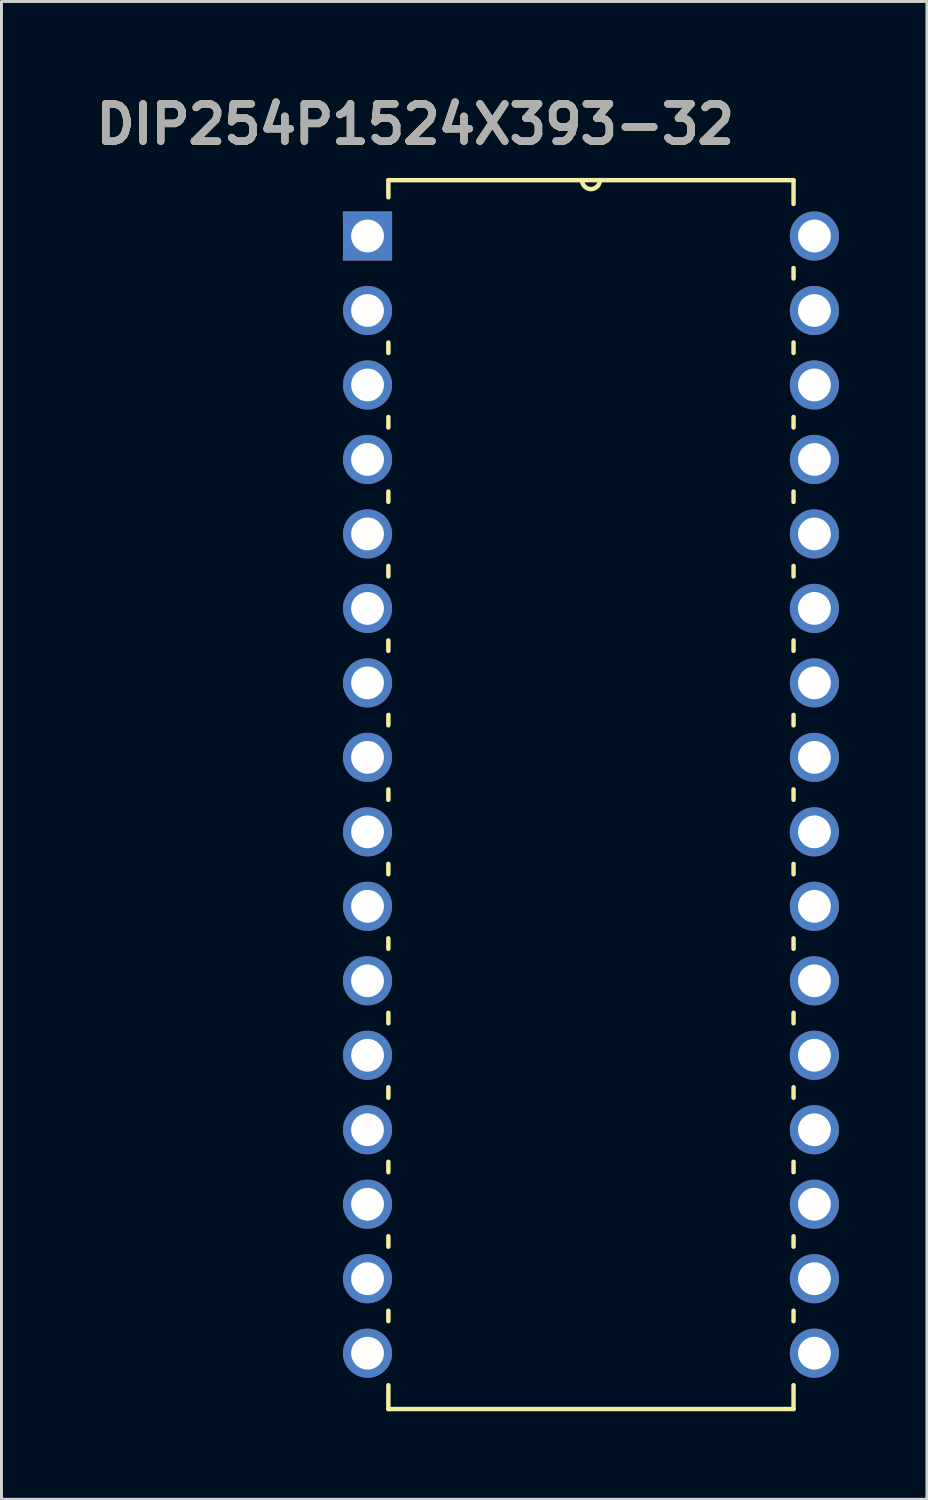
<source format=kicad_pcb>
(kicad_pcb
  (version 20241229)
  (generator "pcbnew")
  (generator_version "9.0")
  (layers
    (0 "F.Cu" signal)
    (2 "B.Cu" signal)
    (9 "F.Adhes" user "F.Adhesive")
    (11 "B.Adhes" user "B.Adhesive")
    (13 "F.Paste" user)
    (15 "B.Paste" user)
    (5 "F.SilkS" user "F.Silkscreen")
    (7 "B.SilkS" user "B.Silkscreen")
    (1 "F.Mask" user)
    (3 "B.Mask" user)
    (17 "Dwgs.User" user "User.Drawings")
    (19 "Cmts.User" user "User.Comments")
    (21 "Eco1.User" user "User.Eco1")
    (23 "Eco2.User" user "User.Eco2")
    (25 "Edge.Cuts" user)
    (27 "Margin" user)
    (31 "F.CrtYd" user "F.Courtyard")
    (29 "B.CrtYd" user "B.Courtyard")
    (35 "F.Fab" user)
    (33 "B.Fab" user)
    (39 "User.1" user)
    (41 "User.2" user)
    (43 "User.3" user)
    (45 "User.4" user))
  (footprint "DIP254P1524X393-32"
    (layer "F.Cu")
    (at 24.724 43.099)
    (property "Reference" "DIP254P1524X393-32" (at -13.614 -41.91 0) (layer "F.SilkS") (effects (font (size 1.27 1.27) (thickness 0.254))))
    (attr through_hole)
    (fp_line (start -14.529 -40.005) (end -14.529 -39.421) (stroke (width 0.152) (type solid)) (layer "F.SilkS"))
    (fp_line (start -14.529 -34.468) (end -14.529 -34.112) (stroke (width 0.152) (type solid)) (layer "F.SilkS"))
    (fp_line (start -14.529 -31.928) (end -14.529 -31.572) (stroke (width 0.152) (type solid)) (layer "F.SilkS"))
    (fp_line (start -14.529 -29.388) (end -14.529 -29.032) (stroke (width 0.152) (type solid)) (layer "F.SilkS"))
    (fp_line (start -14.529 -26.848) (end -14.529 -26.492) (stroke (width 0.152) (type solid)) (layer "F.SilkS"))
    (fp_line (start -14.529 -24.308) (end -14.529 -23.952) (stroke (width 0.152) (type solid)) (layer "F.SilkS"))
    (fp_line (start -14.529 -21.768) (end -14.529 -21.412) (stroke (width 0.152) (type solid)) (layer "F.SilkS"))
    (fp_line (start -14.529 -19.228) (end -14.529 -18.872) (stroke (width 0.152) (type solid)) (layer "F.SilkS"))
    (fp_line (start -14.529 -16.688) (end -14.529 -16.332) (stroke (width 0.152) (type solid)) (layer "F.SilkS"))
    (fp_line (start -14.529 -14.148) (end -14.529 -13.792) (stroke (width 0.152) (type solid)) (layer "F.SilkS"))
    (fp_line (start -14.529 -11.608) (end -14.529 -11.252) (stroke (width 0.152) (type solid)) (layer "F.SilkS"))
    (fp_line (start -14.529 -9.068) (end -14.529 -8.712) (stroke (width 0.152) (type solid)) (layer "F.SilkS"))
    (fp_line (start -14.529 -6.528) (end -14.529 -6.172) (stroke (width 0.152) (type solid)) (layer "F.SilkS"))
    (fp_line (start -14.529 -3.988) (end -14.529 -3.632) (stroke (width 0.152) (type solid)) (layer "F.SilkS"))
    (fp_line (start -14.529 -1.448) (end -14.529 -1.092) (stroke (width 0.152) (type solid)) (layer "F.SilkS"))
    (fp_line (start -14.529 1.092) (end -14.529 1.905) (stroke (width 0.152) (type solid)) (layer "F.SilkS"))
    (fp_line (start -14.529 1.905) (end -0.711 1.905) (stroke (width 0.152) (type solid)) (layer "F.SilkS"))
    (fp_line (start -7.925 -40.005) (end -14.529 -40.005) (stroke (width 0.152) (type solid)) (layer "F.SilkS"))
    (fp_line (start -7.315 -40.005) (end -7.925 -40.005) (stroke (width 0.152) (type solid)) (layer "F.SilkS"))
    (fp_line (start -0.711 -40.005) (end -7.315 -40.005) (stroke (width 0.152) (type solid)) (layer "F.SilkS"))
    (fp_line (start -0.711 -39.192) (end -0.711 -40.005) (stroke (width 0.152) (type solid)) (layer "F.SilkS"))
    (fp_line (start -0.711 -36.652) (end -0.711 -37.008) (stroke (width 0.152) (type solid)) (layer "F.SilkS"))
    (fp_line (start -0.711 -34.112) (end -0.711 -34.468) (stroke (width 0.152) (type solid)) (layer "F.SilkS"))
    (fp_line (start -0.711 -31.572) (end -0.711 -31.928) (stroke (width 0.152) (type solid)) (layer "F.SilkS"))
    (fp_line (start -0.711 -29.032) (end -0.711 -29.388) (stroke (width 0.152) (type solid)) (layer "F.SilkS"))
    (fp_line (start -0.711 -26.492) (end -0.711 -26.848) (stroke (width 0.152) (type solid)) (layer "F.SilkS"))
    (fp_line (start -0.711 -23.952) (end -0.711 -24.308) (stroke (width 0.152) (type solid)) (layer "F.SilkS"))
    (fp_line (start -0.711 -21.412) (end -0.711 -21.768) (stroke (width 0.152) (type solid)) (layer "F.SilkS"))
    (fp_line (start -0.711 -18.872) (end -0.711 -19.228) (stroke (width 0.152) (type solid)) (layer "F.SilkS"))
    (fp_line (start -0.711 -16.332) (end -0.711 -16.688) (stroke (width 0.152) (type solid)) (layer "F.SilkS"))
    (fp_line (start -0.711 -13.792) (end -0.711 -14.148) (stroke (width 0.152) (type solid)) (layer "F.SilkS"))
    (fp_line (start -0.711 -11.252) (end -0.711 -11.608) (stroke (width 0.152) (type solid)) (layer "F.SilkS"))
    (fp_line (start -0.711 -8.712) (end -0.711 -9.068) (stroke (width 0.152) (type solid)) (layer "F.SilkS"))
    (fp_line (start -0.711 -6.172) (end -0.711 -6.528) (stroke (width 0.152) (type solid)) (layer "F.SilkS"))
    (fp_line (start -0.711 -3.632) (end -0.711 -3.988) (stroke (width 0.152) (type solid)) (layer "F.SilkS"))
    (fp_line (start -0.711 -1.092) (end -0.711 -1.448) (stroke (width 0.152) (type solid)) (layer "F.SilkS"))
    (fp_line (start -0.711 1.905) (end -0.711 1.092) (stroke (width 0.152) (type solid)) (layer "F.SilkS"))
    (fp_arc (start -7.3152 -40.005) (mid -7.62 -39.7002) (end -7.9248 -40.005) (stroke (width 0.1524) (type solid)) (layer "F.SilkS"))
    (fp_text user "${REFERENCE}" (at -13.614 -41.91 0) (layer "F.Fab") (effects (font (size 1.27 1.27) (thickness 0.254))))
    (pad "1" thru_hole rect (at -15.24 -38.1) (size 1.676 1.676) (drill 1.118) (layers "*.Cu" "*.Mask"))
    (pad "2" thru_hole circle (at -15.24 -35.56) (size 1.676 1.676) (drill 1.118) (layers "*.Cu" "*.Mask"))
    (pad "3" thru_hole circle (at -15.24 -33.02) (size 1.676 1.676) (drill 1.118) (layers "*.Cu" "*.Mask"))
    (pad "4" thru_hole circle (at -15.24 -30.48) (size 1.676 1.676) (drill 1.118) (layers "*.Cu" "*.Mask"))
    (pad "5" thru_hole circle (at -15.24 -27.94) (size 1.676 1.676) (drill 1.118) (layers "*.Cu" "*.Mask"))
    (pad "6" thru_hole circle (at -15.24 -25.4) (size 1.676 1.676) (drill 1.118) (layers "*.Cu" "*.Mask"))
    (pad "7" thru_hole circle (at -15.24 -22.86) (size 1.676 1.676) (drill 1.118) (layers "*.Cu" "*.Mask"))
    (pad "8" thru_hole circle (at -15.24 -20.32) (size 1.676 1.676) (drill 1.118) (layers "*.Cu" "*.Mask"))
    (pad "9" thru_hole circle (at -15.24 -17.78) (size 1.676 1.676) (drill 1.118) (layers "*.Cu" "*.Mask"))
    (pad "10" thru_hole circle (at -15.24 -15.24) (size 1.676 1.676) (drill 1.118) (layers "*.Cu" "*.Mask"))
    (pad "11" thru_hole circle (at -15.24 -12.7) (size 1.676 1.676) (drill 1.118) (layers "*.Cu" "*.Mask"))
    (pad "12" thru_hole circle (at -15.24 -10.16) (size 1.676 1.676) (drill 1.118) (layers "*.Cu" "*.Mask"))
    (pad "13" thru_hole circle (at -15.24 -7.62) (size 1.676 1.676) (drill 1.118) (layers "*.Cu" "*.Mask"))
    (pad "14" thru_hole circle (at -15.24 -5.08) (size 1.676 1.676) (drill 1.118) (layers "*.Cu" "*.Mask"))
    (pad "15" thru_hole circle (at -15.24 -2.54) (size 1.676 1.676) (drill 1.118) (layers "*.Cu" "*.Mask"))
    (pad "16" thru_hole circle (at -15.24 0) (size 1.676 1.676) (drill 1.118) (layers "*.Cu" "*.Mask"))
    (pad "17" thru_hole circle (at 0 0) (size 1.676 1.676) (drill 1.118) (layers "*.Cu" "*.Mask"))
    (pad "18" thru_hole circle (at 0 -2.54) (size 1.676 1.676) (drill 1.118) (layers "*.Cu" "*.Mask"))
    (pad "19" thru_hole circle (at 0 -5.08) (size 1.676 1.676) (drill 1.118) (layers "*.Cu" "*.Mask"))
    (pad "20" thru_hole circle (at 0 -7.62) (size 1.676 1.676) (drill 1.118) (layers "*.Cu" "*.Mask"))
    (pad "21" thru_hole circle (at 0 -10.16) (size 1.676 1.676) (drill 1.118) (layers "*.Cu" "*.Mask"))
    (pad "22" thru_hole circle (at 0 -12.7) (size 1.676 1.676) (drill 1.118) (layers "*.Cu" "*.Mask"))
    (pad "23" thru_hole circle (at 0 -15.24) (size 1.676 1.676) (drill 1.118) (layers "*.Cu" "*.Mask"))
    (pad "24" thru_hole circle (at 0 -17.78) (size 1.676 1.676) (drill 1.118) (layers "*.Cu" "*.Mask"))
    (pad "25" thru_hole circle (at 0 -20.32) (size 1.676 1.676) (drill 1.118) (layers "*.Cu" "*.Mask"))
    (pad "26" thru_hole circle (at 0 -22.86) (size 1.676 1.676) (drill 1.118) (layers "*.Cu" "*.Mask"))
    (pad "27" thru_hole circle (at 0 -25.4) (size 1.676 1.676) (drill 1.118) (layers "*.Cu" "*.Mask"))
    (pad "28" thru_hole circle (at 0 -27.94) (size 1.676 1.676) (drill 1.118) (layers "*.Cu" "*.Mask"))
    (pad "29" thru_hole circle (at 0 -30.48) (size 1.676 1.676) (drill 1.118) (layers "*.Cu" "*.Mask"))
    (pad "30" thru_hole circle (at 0 -33.02) (size 1.676 1.676) (drill 1.118) (layers "*.Cu" "*.Mask"))
    (pad "31" thru_hole circle (at 0 -35.56) (size 1.676 1.676) (drill 1.118) (layers "*.Cu" "*.Mask"))
    (pad "32" thru_hole circle (at 0 -38.1) (size 1.676 1.676) (drill 1.118) (layers "*.Cu" "*.Mask")))
  (gr_rect
    (start -3 -3)
    (end 28.562 48.08)
    (stroke (width 0.1) (type default))
    (fill no)
    (layer "Edge.Cuts")))
</source>
